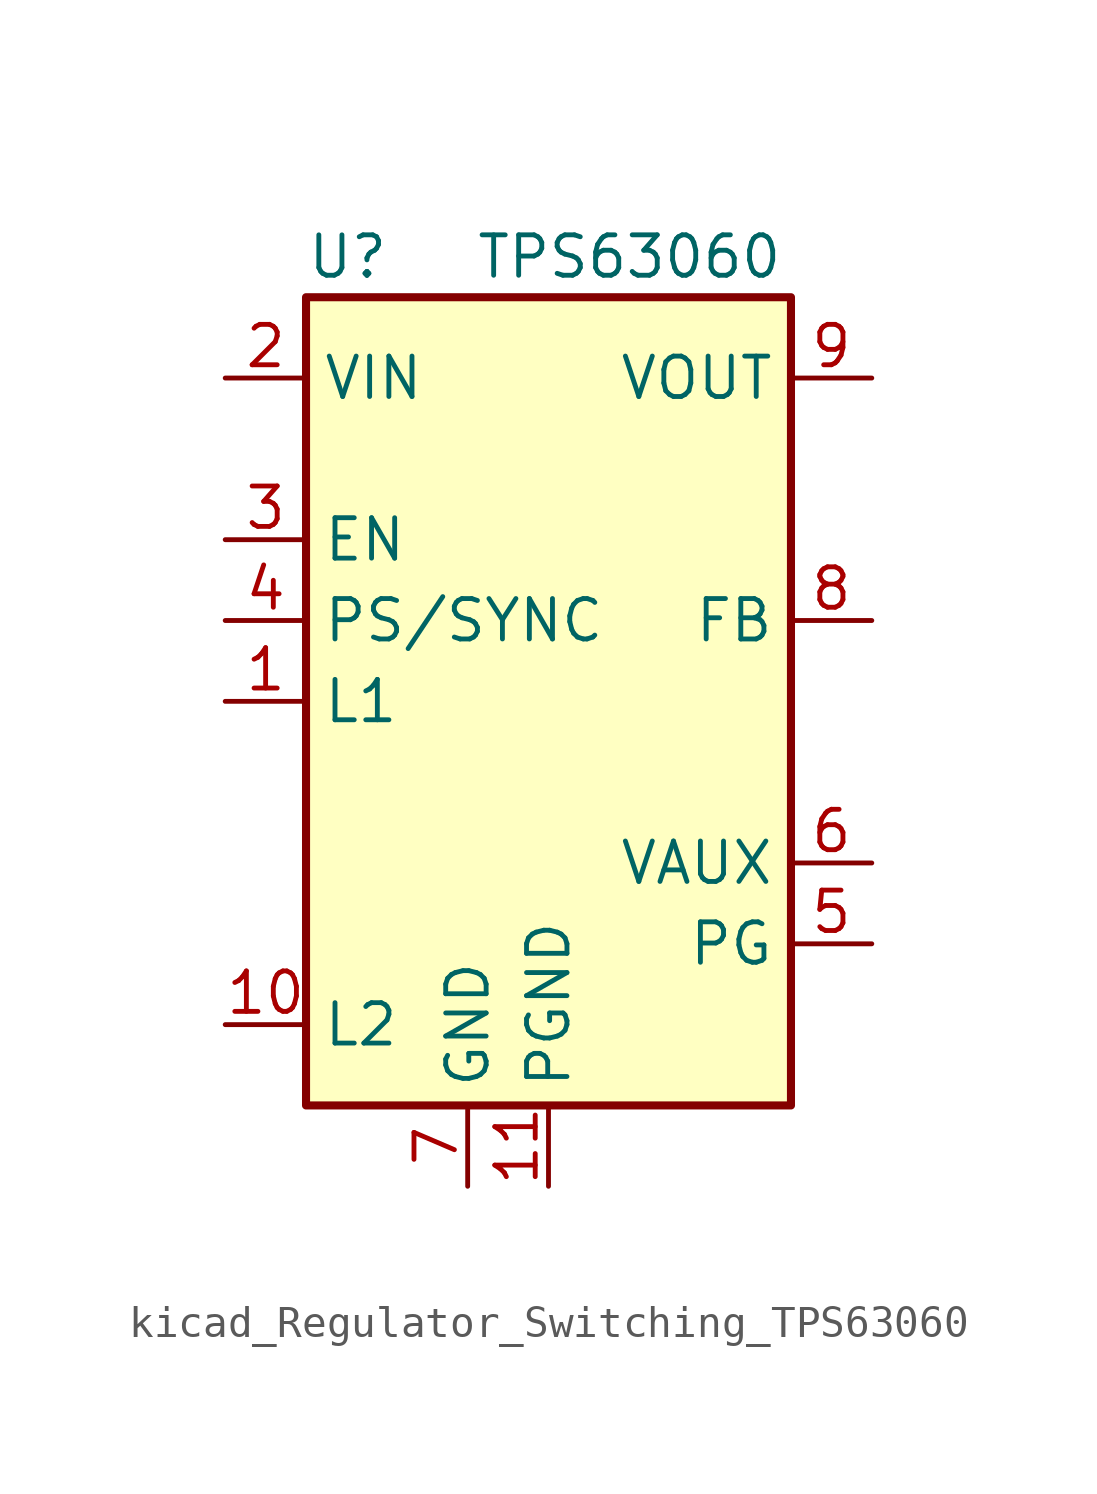
<source format=kicad_sym>
(kicad_symbol_lib
  (version 20220914)
  (generator kicad_symbol_editor)
  (symbol "kicad_Regulator_Switching_TPS63060"
    (property "Reference" "U"
      (at -7.62 13.97 0)
      (effects (font (size 1.27 1.27)) (justify left)))
    (property "Value" "TPS63060"
      (at 2.54 13.97 0)
      (effects (font (size 1.27 1.27))))
    (symbol "kicad_Regulator_Switching_TPS63060_0_1"
      (rectangle (start -7.62 12.7) (end 7.62 -12.7) (stroke (width 0.254) (type default)) (fill (type background))))
    (symbol "kicad_Regulator_Switching_TPS63060_1_1"
      (pin input line (at -10.16 0 0) (length 2.54) (name "L1" (effects (font (size 1.27 1.27)))) (number "1" (effects (font (size 1.27 1.27)))))
      (pin input line (at -10.16 -10.16 0) (length 2.54) (name "L2" (effects (font (size 1.27 1.27)))) (number "10" (effects (font (size 1.27 1.27)))))
      (pin power_in line (at 0 -15.24 90) (length 2.54) (name "PGND" (effects (font (size 1.27 1.27)))) (number "11" (effects (font (size 1.27 1.27)))))
      (pin power_in line (at -10.16 10.16 0) (length 2.54) (name "VIN" (effects (font (size 1.27 1.27)))) (number "2" (effects (font (size 1.27 1.27)))))
      (pin input line (at -10.16 5.08 0) (length 2.54) (name "EN" (effects (font (size 1.27 1.27)))) (number "3" (effects (font (size 1.27 1.27)))))
      (pin input line (at -10.16 2.54 0) (length 2.54) (name "PS/SYNC" (effects (font (size 1.27 1.27)))) (number "4" (effects (font (size 1.27 1.27)))))
      (pin output line (at 10.16 -7.62 180) (length 2.54) (name "PG" (effects (font (size 1.27 1.27)))) (number "5" (effects (font (size 1.27 1.27)))))
      (pin passive line (at 10.16 -5.08 180) (length 2.54) (name "VAUX" (effects (font (size 1.27 1.27)))) (number "6" (effects (font (size 1.27 1.27)))))
      (pin power_in line (at -2.54 -15.24 90) (length 2.54) (name "GND" (effects (font (size 1.27 1.27)))) (number "7" (effects (font (size 1.27 1.27)))))
      (pin input line (at 10.16 2.54 180) (length 2.54) (name "FB" (effects (font (size 1.27 1.27)))) (number "8" (effects (font (size 1.27 1.27)))))
      (pin power_out line (at 10.16 10.16 180) (length 2.54) (name "VOUT" (effects (font (size 1.27 1.27)))) (number "9" (effects (font (size 1.27 1.27))))))))
</source>
